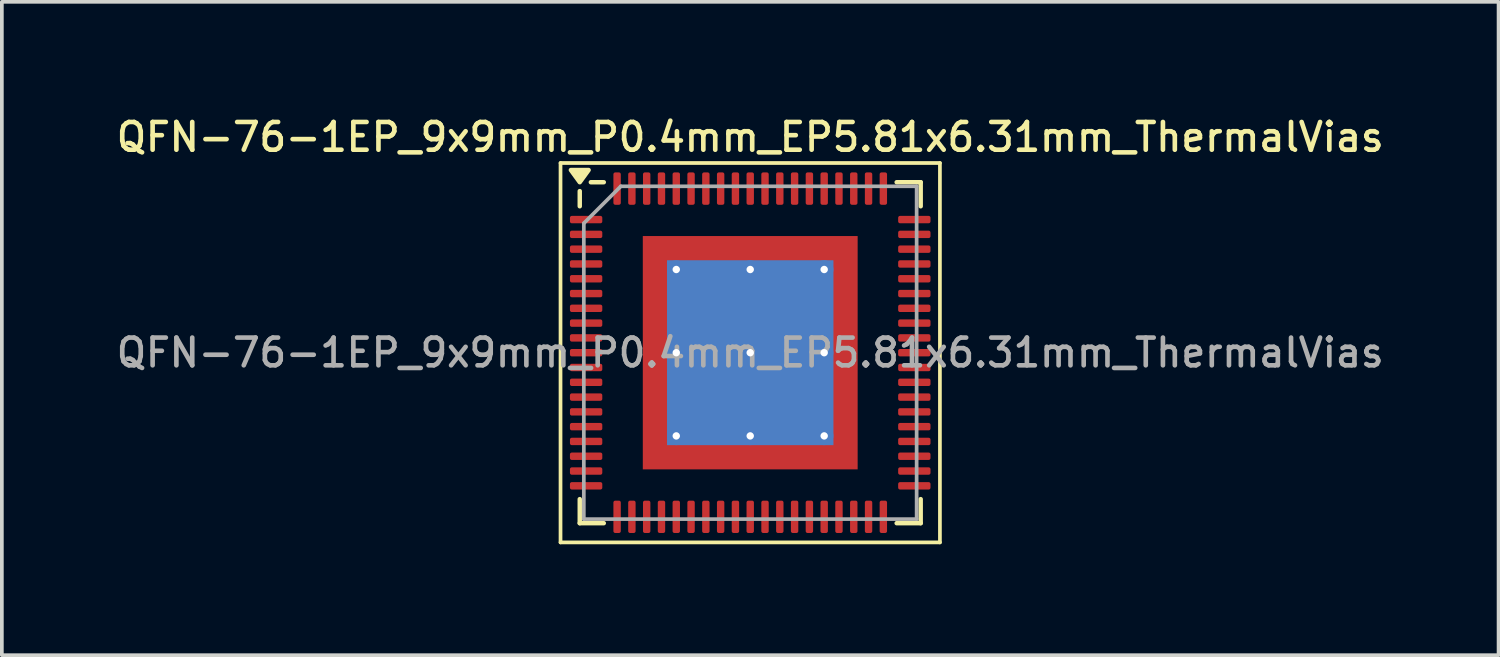
<source format=kicad_pcb>
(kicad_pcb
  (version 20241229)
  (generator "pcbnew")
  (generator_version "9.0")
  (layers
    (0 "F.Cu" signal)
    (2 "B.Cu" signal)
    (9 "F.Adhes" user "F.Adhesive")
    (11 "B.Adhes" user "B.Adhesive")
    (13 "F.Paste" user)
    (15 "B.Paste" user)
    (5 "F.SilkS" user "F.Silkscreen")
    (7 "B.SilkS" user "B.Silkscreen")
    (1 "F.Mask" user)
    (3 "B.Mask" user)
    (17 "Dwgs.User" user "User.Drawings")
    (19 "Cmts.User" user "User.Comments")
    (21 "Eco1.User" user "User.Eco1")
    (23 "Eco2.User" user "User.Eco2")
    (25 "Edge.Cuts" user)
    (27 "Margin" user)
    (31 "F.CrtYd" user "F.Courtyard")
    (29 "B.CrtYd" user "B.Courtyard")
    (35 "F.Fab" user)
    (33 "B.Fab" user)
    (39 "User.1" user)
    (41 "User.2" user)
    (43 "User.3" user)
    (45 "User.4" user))
  (footprint "QFN-76-1EP_9x9mm_P0.4mm_EP5.81x6.31mm_ThermalVias"
    (layer "F.Cu")
    (at 17.238 6.488)
    (property "Reference" "QFN-76-1EP_9x9mm_P0.4mm_EP5.81x6.31mm_ThermalVias" (at 0 -5.83 0) (layer "F.SilkS") (effects (font (size 0.75 0.75) (thickness 0.125))))
    (attr smd)
    (fp_line (start -5.13 -5.13) (end -5.13 5.13) (stroke (width 0.1) (type solid)) (layer "F.SilkS"))
    (fp_line (start -5.13 5.13) (end 5.13 5.13) (stroke (width 0.1) (type solid)) (layer "F.SilkS"))
    (fp_line (start -4.61 -3.96) (end -4.61 -4.37) (stroke (width 0.12) (type solid)) (layer "F.SilkS"))
    (fp_line (start -4.61 4.61) (end -4.61 3.96) (stroke (width 0.12) (type solid)) (layer "F.SilkS"))
    (fp_line (start -3.96 -4.61) (end -4.31 -4.61) (stroke (width 0.12) (type solid)) (layer "F.SilkS"))
    (fp_line (start -3.96 4.61) (end -4.61 4.61) (stroke (width 0.12) (type solid)) (layer "F.SilkS"))
    (fp_line (start 3.96 -4.61) (end 4.61 -4.61) (stroke (width 0.12) (type solid)) (layer "F.SilkS"))
    (fp_line (start 3.96 4.61) (end 4.61 4.61) (stroke (width 0.12) (type solid)) (layer "F.SilkS"))
    (fp_line (start 4.61 -4.61) (end 4.61 -3.96) (stroke (width 0.12) (type solid)) (layer "F.SilkS"))
    (fp_line (start 4.61 4.61) (end 4.61 3.96) (stroke (width 0.12) (type solid)) (layer "F.SilkS"))
    (fp_line (start 5.13 -5.13) (end -5.13 -5.13) (stroke (width 0.1) (type solid)) (layer "F.SilkS"))
    (fp_line (start 5.13 5.13) (end 5.13 -5.13) (stroke (width 0.1) (type solid)) (layer "F.SilkS"))
    (fp_poly (pts (xy -4.61 -4.61) (xy -4.85 -4.94) (xy -4.37 -4.94) (xy -4.61 -4.61)) (stroke (width 0.12) (type solid)) (fill yes) (layer "F.SilkS"))
    (fp_line (start -4.5 -3.5) (end -3.5 -4.5) (stroke (width 0.1) (type solid)) (layer "F.Fab"))
    (fp_line (start -4.5 4.5) (end -4.5 -3.5) (stroke (width 0.1) (type solid)) (layer "F.Fab"))
    (fp_line (start -3.5 -4.5) (end 4.5 -4.5) (stroke (width 0.1) (type solid)) (layer "F.Fab"))
    (fp_line (start 4.5 -4.5) (end 4.5 4.5) (stroke (width 0.1) (type solid)) (layer "F.Fab"))
    (fp_line (start 4.5 4.5) (end -4.5 4.5) (stroke (width 0.1) (type solid)) (layer "F.Fab"))
    (fp_text user "${REFERENCE}" (at 0 0 0) (layer "F.Fab") (effects (font (size 0.75 0.75) (thickness 0.125))))
    (pad "" smd custom (at -2.453 -2.703) (size 0.654 0.654) (layers "F.Paste") (options (anchor circle)) (primitives (gr_poly (pts (xy -0.289 -0.289) (xy 0.289 -0.289) (xy 0.289 0.226) (xy 0.226 0.289) (xy -0.289 0.289)) (width 0.152) (fill yes))))
    (pad "" smd roundrect (at -2.453 -1.125) (size 0.73 1.814) (layers "F.Paste") (roundrect_rratio 0.25))
    (pad "" smd roundrect (at -2.453 1.125) (size 0.73 1.814) (layers "F.Paste") (roundrect_rratio 0.25))
    (pad "" smd custom (at -2.453 2.703) (size 0.654 0.654) (layers "F.Paste") (options (anchor circle)) (primitives (gr_poly (pts (xy -0.289 -0.289) (xy 0.226 -0.289) (xy 0.289 -0.226) (xy 0.289 0.289) (xy -0.289 0.289)) (width 0.152) (fill yes))))
    (pad "" smd roundrect (at -1 -2.703) (size 1.612 0.73) (layers "F.Paste") (roundrect_rratio 0.25))
    (pad "" smd roundrect (at -1 -1.125) (size 1.612 1.814) (layers "F.Paste") (roundrect_rratio 0.155))
    (pad "" smd roundrect (at -1 1.125) (size 1.612 1.814) (layers "F.Paste") (roundrect_rratio 0.155))
    (pad "" smd roundrect (at -1 2.703) (size 1.612 0.73) (layers "F.Paste") (roundrect_rratio 0.25))
    (pad "" smd roundrect (at 1 -2.703) (size 1.612 0.73) (layers "F.Paste") (roundrect_rratio 0.25))
    (pad "" smd roundrect (at 1 -1.125) (size 1.612 1.814) (layers "F.Paste") (roundrect_rratio 0.155))
    (pad "" smd roundrect (at 1 1.125) (size 1.612 1.814) (layers "F.Paste") (roundrect_rratio 0.155))
    (pad "" smd roundrect (at 1 2.703) (size 1.612 0.73) (layers "F.Paste") (roundrect_rratio 0.25))
    (pad "" smd custom (at 2.453 -2.703) (size 0.654 0.654) (layers "F.Paste") (options (anchor circle)) (primitives (gr_poly (pts (xy -0.289 -0.289) (xy 0.289 -0.289) (xy 0.289 0.289) (xy -0.226 0.289) (xy -0.289 0.226)) (width 0.152) (fill yes))))
    (pad "" smd roundrect (at 2.453 -1.125) (size 0.73 1.814) (layers "F.Paste") (roundrect_rratio 0.25))
    (pad "" smd roundrect (at 2.453 1.125) (size 0.73 1.814) (layers "F.Paste") (roundrect_rratio 0.25))
    (pad "" smd custom (at 2.453 2.703) (size 0.654 0.654) (layers "F.Paste") (options (anchor circle)) (primitives (gr_poly (pts (xy -0.289 -0.226) (xy -0.226 -0.289) (xy 0.289 -0.289) (xy 0.289 0.289) (xy -0.289 0.289)) (width 0.152) (fill yes))))
    (pad "1" smd roundrect (at -4.438 -3.6) (size 0.875 0.2) (layers "F.Cu" "F.Mask" "F.Paste") (roundrect_rratio 0.25))
    (pad "2" smd roundrect (at -4.438 -3.2) (size 0.875 0.2) (layers "F.Cu" "F.Mask" "F.Paste") (roundrect_rratio 0.25))
    (pad "3" smd roundrect (at -4.438 -2.8) (size 0.875 0.2) (layers "F.Cu" "F.Mask" "F.Paste") (roundrect_rratio 0.25))
    (pad "4" smd roundrect (at -4.438 -2.4) (size 0.875 0.2) (layers "F.Cu" "F.Mask" "F.Paste") (roundrect_rratio 0.25))
    (pad "5" smd roundrect (at -4.438 -2) (size 0.875 0.2) (layers "F.Cu" "F.Mask" "F.Paste") (roundrect_rratio 0.25))
    (pad "6" smd roundrect (at -4.438 -1.6) (size 0.875 0.2) (layers "F.Cu" "F.Mask" "F.Paste") (roundrect_rratio 0.25))
    (pad "7" smd roundrect (at -4.438 -1.2) (size 0.875 0.2) (layers "F.Cu" "F.Mask" "F.Paste") (roundrect_rratio 0.25))
    (pad "8" smd roundrect (at -4.438 -0.8) (size 0.875 0.2) (layers "F.Cu" "F.Mask" "F.Paste") (roundrect_rratio 0.25))
    (pad "9" smd roundrect (at -4.438 -0.4) (size 0.875 0.2) (layers "F.Cu" "F.Mask" "F.Paste") (roundrect_rratio 0.25))
    (pad "10" smd roundrect (at -4.438 0) (size 0.875 0.2) (layers "F.Cu" "F.Mask" "F.Paste") (roundrect_rratio 0.25))
    (pad "11" smd roundrect (at -4.438 0.4) (size 0.875 0.2) (layers "F.Cu" "F.Mask" "F.Paste") (roundrect_rratio 0.25))
    (pad "12" smd roundrect (at -4.438 0.8) (size 0.875 0.2) (layers "F.Cu" "F.Mask" "F.Paste") (roundrect_rratio 0.25))
    (pad "13" smd roundrect (at -4.438 1.2) (size 0.875 0.2) (layers "F.Cu" "F.Mask" "F.Paste") (roundrect_rratio 0.25))
    (pad "14" smd roundrect (at -4.438 1.6) (size 0.875 0.2) (layers "F.Cu" "F.Mask" "F.Paste") (roundrect_rratio 0.25))
    (pad "15" smd roundrect (at -4.438 2) (size 0.875 0.2) (layers "F.Cu" "F.Mask" "F.Paste") (roundrect_rratio 0.25))
    (pad "16" smd roundrect (at -4.438 2.4) (size 0.875 0.2) (layers "F.Cu" "F.Mask" "F.Paste") (roundrect_rratio 0.25))
    (pad "17" smd roundrect (at -4.438 2.8) (size 0.875 0.2) (layers "F.Cu" "F.Mask" "F.Paste") (roundrect_rratio 0.25))
    (pad "18" smd roundrect (at -4.438 3.2) (size 0.875 0.2) (layers "F.Cu" "F.Mask" "F.Paste") (roundrect_rratio 0.25))
    (pad "19" smd roundrect (at -4.438 3.6) (size 0.875 0.2) (layers "F.Cu" "F.Mask" "F.Paste") (roundrect_rratio 0.25))
    (pad "20" smd roundrect (at -3.6 4.438) (size 0.2 0.875) (layers "F.Cu" "F.Mask" "F.Paste") (roundrect_rratio 0.25))
    (pad "21" smd roundrect (at -3.2 4.438) (size 0.2 0.875) (layers "F.Cu" "F.Mask" "F.Paste") (roundrect_rratio 0.25))
    (pad "22" smd roundrect (at -2.8 4.438) (size 0.2 0.875) (layers "F.Cu" "F.Mask" "F.Paste") (roundrect_rratio 0.25))
    (pad "23" smd roundrect (at -2.4 4.438) (size 0.2 0.875) (layers "F.Cu" "F.Mask" "F.Paste") (roundrect_rratio 0.25))
    (pad "24" smd roundrect (at -2 4.438) (size 0.2 0.875) (layers "F.Cu" "F.Mask" "F.Paste") (roundrect_rratio 0.25))
    (pad "25" smd roundrect (at -1.6 4.438) (size 0.2 0.875) (layers "F.Cu" "F.Mask" "F.Paste") (roundrect_rratio 0.25))
    (pad "26" smd roundrect (at -1.2 4.438) (size 0.2 0.875) (layers "F.Cu" "F.Mask" "F.Paste") (roundrect_rratio 0.25))
    (pad "27" smd roundrect (at -0.8 4.438) (size 0.2 0.875) (layers "F.Cu" "F.Mask" "F.Paste") (roundrect_rratio 0.25))
    (pad "28" smd roundrect (at -0.4 4.438) (size 0.2 0.875) (layers "F.Cu" "F.Mask" "F.Paste") (roundrect_rratio 0.25))
    (pad "29" smd roundrect (at 0 4.438) (size 0.2 0.875) (layers "F.Cu" "F.Mask" "F.Paste") (roundrect_rratio 0.25))
    (pad "30" smd roundrect (at 0.4 4.438) (size 0.2 0.875) (layers "F.Cu" "F.Mask" "F.Paste") (roundrect_rratio 0.25))
    (pad "31" smd roundrect (at 0.8 4.438) (size 0.2 0.875) (layers "F.Cu" "F.Mask" "F.Paste") (roundrect_rratio 0.25))
    (pad "32" smd roundrect (at 1.2 4.438) (size 0.2 0.875) (layers "F.Cu" "F.Mask" "F.Paste") (roundrect_rratio 0.25))
    (pad "33" smd roundrect (at 1.6 4.438) (size 0.2 0.875) (layers "F.Cu" "F.Mask" "F.Paste") (roundrect_rratio 0.25))
    (pad "34" smd roundrect (at 2 4.438) (size 0.2 0.875) (layers "F.Cu" "F.Mask" "F.Paste") (roundrect_rratio 0.25))
    (pad "35" smd roundrect (at 2.4 4.438) (size 0.2 0.875) (layers "F.Cu" "F.Mask" "F.Paste") (roundrect_rratio 0.25))
    (pad "36" smd roundrect (at 2.8 4.438) (size 0.2 0.875) (layers "F.Cu" "F.Mask" "F.Paste") (roundrect_rratio 0.25))
    (pad "37" smd roundrect (at 3.2 4.438) (size 0.2 0.875) (layers "F.Cu" "F.Mask" "F.Paste") (roundrect_rratio 0.25))
    (pad "38" smd roundrect (at 3.6 4.438) (size 0.2 0.875) (layers "F.Cu" "F.Mask" "F.Paste") (roundrect_rratio 0.25))
    (pad "39" smd roundrect (at 4.438 3.6) (size 0.875 0.2) (layers "F.Cu" "F.Mask" "F.Paste") (roundrect_rratio 0.25))
    (pad "40" smd roundrect (at 4.438 3.2) (size 0.875 0.2) (layers "F.Cu" "F.Mask" "F.Paste") (roundrect_rratio 0.25))
    (pad "41" smd roundrect (at 4.438 2.8) (size 0.875 0.2) (layers "F.Cu" "F.Mask" "F.Paste") (roundrect_rratio 0.25))
    (pad "42" smd roundrect (at 4.438 2.4) (size 0.875 0.2) (layers "F.Cu" "F.Mask" "F.Paste") (roundrect_rratio 0.25))
    (pad "43" smd roundrect (at 4.438 2) (size 0.875 0.2) (layers "F.Cu" "F.Mask" "F.Paste") (roundrect_rratio 0.25))
    (pad "44" smd roundrect (at 4.438 1.6) (size 0.875 0.2) (layers "F.Cu" "F.Mask" "F.Paste") (roundrect_rratio 0.25))
    (pad "45" smd roundrect (at 4.438 1.2) (size 0.875 0.2) (layers "F.Cu" "F.Mask" "F.Paste") (roundrect_rratio 0.25))
    (pad "46" smd roundrect (at 4.438 0.8) (size 0.875 0.2) (layers "F.Cu" "F.Mask" "F.Paste") (roundrect_rratio 0.25))
    (pad "47" smd roundrect (at 4.438 0.4) (size 0.875 0.2) (layers "F.Cu" "F.Mask" "F.Paste") (roundrect_rratio 0.25))
    (pad "48" smd roundrect (at 4.438 0) (size 0.875 0.2) (layers "F.Cu" "F.Mask" "F.Paste") (roundrect_rratio 0.25))
    (pad "49" smd roundrect (at 4.438 -0.4) (size 0.875 0.2) (layers "F.Cu" "F.Mask" "F.Paste") (roundrect_rratio 0.25))
    (pad "50" smd roundrect (at 4.438 -0.8) (size 0.875 0.2) (layers "F.Cu" "F.Mask" "F.Paste") (roundrect_rratio 0.25))
    (pad "51" smd roundrect (at 4.438 -1.2) (size 0.875 0.2) (layers "F.Cu" "F.Mask" "F.Paste") (roundrect_rratio 0.25))
    (pad "52" smd roundrect (at 4.438 -1.6) (size 0.875 0.2) (layers "F.Cu" "F.Mask" "F.Paste") (roundrect_rratio 0.25))
    (pad "53" smd roundrect (at 4.438 -2) (size 0.875 0.2) (layers "F.Cu" "F.Mask" "F.Paste") (roundrect_rratio 0.25))
    (pad "54" smd roundrect (at 4.438 -2.4) (size 0.875 0.2) (layers "F.Cu" "F.Mask" "F.Paste") (roundrect_rratio 0.25))
    (pad "55" smd roundrect (at 4.438 -2.8) (size 0.875 0.2) (layers "F.Cu" "F.Mask" "F.Paste") (roundrect_rratio 0.25))
    (pad "56" smd roundrect (at 4.438 -3.2) (size 0.875 0.2) (layers "F.Cu" "F.Mask" "F.Paste") (roundrect_rratio 0.25))
    (pad "57" smd roundrect (at 4.438 -3.6) (size 0.875 0.2) (layers "F.Cu" "F.Mask" "F.Paste") (roundrect_rratio 0.25))
    (pad "58" smd roundrect (at 3.6 -4.438) (size 0.2 0.875) (layers "F.Cu" "F.Mask" "F.Paste") (roundrect_rratio 0.25))
    (pad "59" smd roundrect (at 3.2 -4.438) (size 0.2 0.875) (layers "F.Cu" "F.Mask" "F.Paste") (roundrect_rratio 0.25))
    (pad "60" smd roundrect (at 2.8 -4.438) (size 0.2 0.875) (layers "F.Cu" "F.Mask" "F.Paste") (roundrect_rratio 0.25))
    (pad "61" smd roundrect (at 2.4 -4.438) (size 0.2 0.875) (layers "F.Cu" "F.Mask" "F.Paste") (roundrect_rratio 0.25))
    (pad "62" smd roundrect (at 2 -4.438) (size 0.2 0.875) (layers "F.Cu" "F.Mask" "F.Paste") (roundrect_rratio 0.25))
    (pad "63" smd roundrect (at 1.6 -4.438) (size 0.2 0.875) (layers "F.Cu" "F.Mask" "F.Paste") (roundrect_rratio 0.25))
    (pad "64" smd roundrect (at 1.2 -4.438) (size 0.2 0.875) (layers "F.Cu" "F.Mask" "F.Paste") (roundrect_rratio 0.25))
    (pad "65" smd roundrect (at 0.8 -4.438) (size 0.2 0.875) (layers "F.Cu" "F.Mask" "F.Paste") (roundrect_rratio 0.25))
    (pad "66" smd roundrect (at 0.4 -4.438) (size 0.2 0.875) (layers "F.Cu" "F.Mask" "F.Paste") (roundrect_rratio 0.25))
    (pad "67" smd roundrect (at 0 -4.438) (size 0.2 0.875) (layers "F.Cu" "F.Mask" "F.Paste") (roundrect_rratio 0.25))
    (pad "68" smd roundrect (at -0.4 -4.438) (size 0.2 0.875) (layers "F.Cu" "F.Mask" "F.Paste") (roundrect_rratio 0.25))
    (pad "69" smd roundrect (at -0.8 -4.438) (size 0.2 0.875) (layers "F.Cu" "F.Mask" "F.Paste") (roundrect_rratio 0.25))
    (pad "70" smd roundrect (at -1.2 -4.438) (size 0.2 0.875) (layers "F.Cu" "F.Mask" "F.Paste") (roundrect_rratio 0.25))
    (pad "71" smd roundrect (at -1.6 -4.438) (size 0.2 0.875) (layers "F.Cu" "F.Mask" "F.Paste") (roundrect_rratio 0.25))
    (pad "72" smd roundrect (at -2 -4.438) (size 0.2 0.875) (layers "F.Cu" "F.Mask" "F.Paste") (roundrect_rratio 0.25))
    (pad "73" smd roundrect (at -2.4 -4.438) (size 0.2 0.875) (layers "F.Cu" "F.Mask" "F.Paste") (roundrect_rratio 0.25))
    (pad "74" smd roundrect (at -2.8 -4.438) (size 0.2 0.875) (layers "F.Cu" "F.Mask" "F.Paste") (roundrect_rratio 0.25))
    (pad "75" smd roundrect (at -3.2 -4.438) (size 0.2 0.875) (layers "F.Cu" "F.Mask" "F.Paste") (roundrect_rratio 0.25))
    (pad "76" smd roundrect (at -3.6 -4.438) (size 0.2 0.875) (layers "F.Cu" "F.Mask" "F.Paste") (roundrect_rratio 0.25))
    (pad "77" thru_hole circle (at -2 -2.25) (size 0.5 0.5) (drill 0.2) (property pad_prop_heatsink) (layers "*.Cu"))
    (pad "77" thru_hole circle (at -2 0) (size 0.5 0.5) (drill 0.2) (property pad_prop_heatsink) (layers "*.Cu"))
    (pad "77" thru_hole circle (at -2 2.25) (size 0.5 0.5) (drill 0.2) (property pad_prop_heatsink) (layers "*.Cu"))
    (pad "77" thru_hole circle (at 0 -2.25) (size 0.5 0.5) (drill 0.2) (property pad_prop_heatsink) (layers "*.Cu"))
    (pad "77" thru_hole circle (at 0 0) (size 0.5 0.5) (drill 0.2) (property pad_prop_heatsink) (layers "*.Cu"))
    (pad "77" smd rect (at 0 0) (size 4.5 5) (property pad_prop_heatsink) (layers "B.Cu"))
    (pad "77" smd rect (at 0 0) (size 5.81 6.31) (property pad_prop_heatsink) (layers "F.Cu" "F.Mask"))
    (pad "77" thru_hole circle (at 0 2.25) (size 0.5 0.5) (drill 0.2) (property pad_prop_heatsink) (layers "*.Cu"))
    (pad "77" thru_hole circle (at 2 -2.25) (size 0.5 0.5) (drill 0.2) (property pad_prop_heatsink) (layers "*.Cu"))
    (pad "77" thru_hole circle (at 2 0) (size 0.5 0.5) (drill 0.2) (property pad_prop_heatsink) (layers "*.Cu"))
    (pad "77" thru_hole circle (at 2 2.25) (size 0.5 0.5) (drill 0.2) (property pad_prop_heatsink) (layers "*.Cu")))
  (gr_rect
    (start -3 -3)
    (end 37.475 14.668)
    (stroke (width 0.1) (type default))
    (fill no)
    (layer "Edge.Cuts")))
</source>
